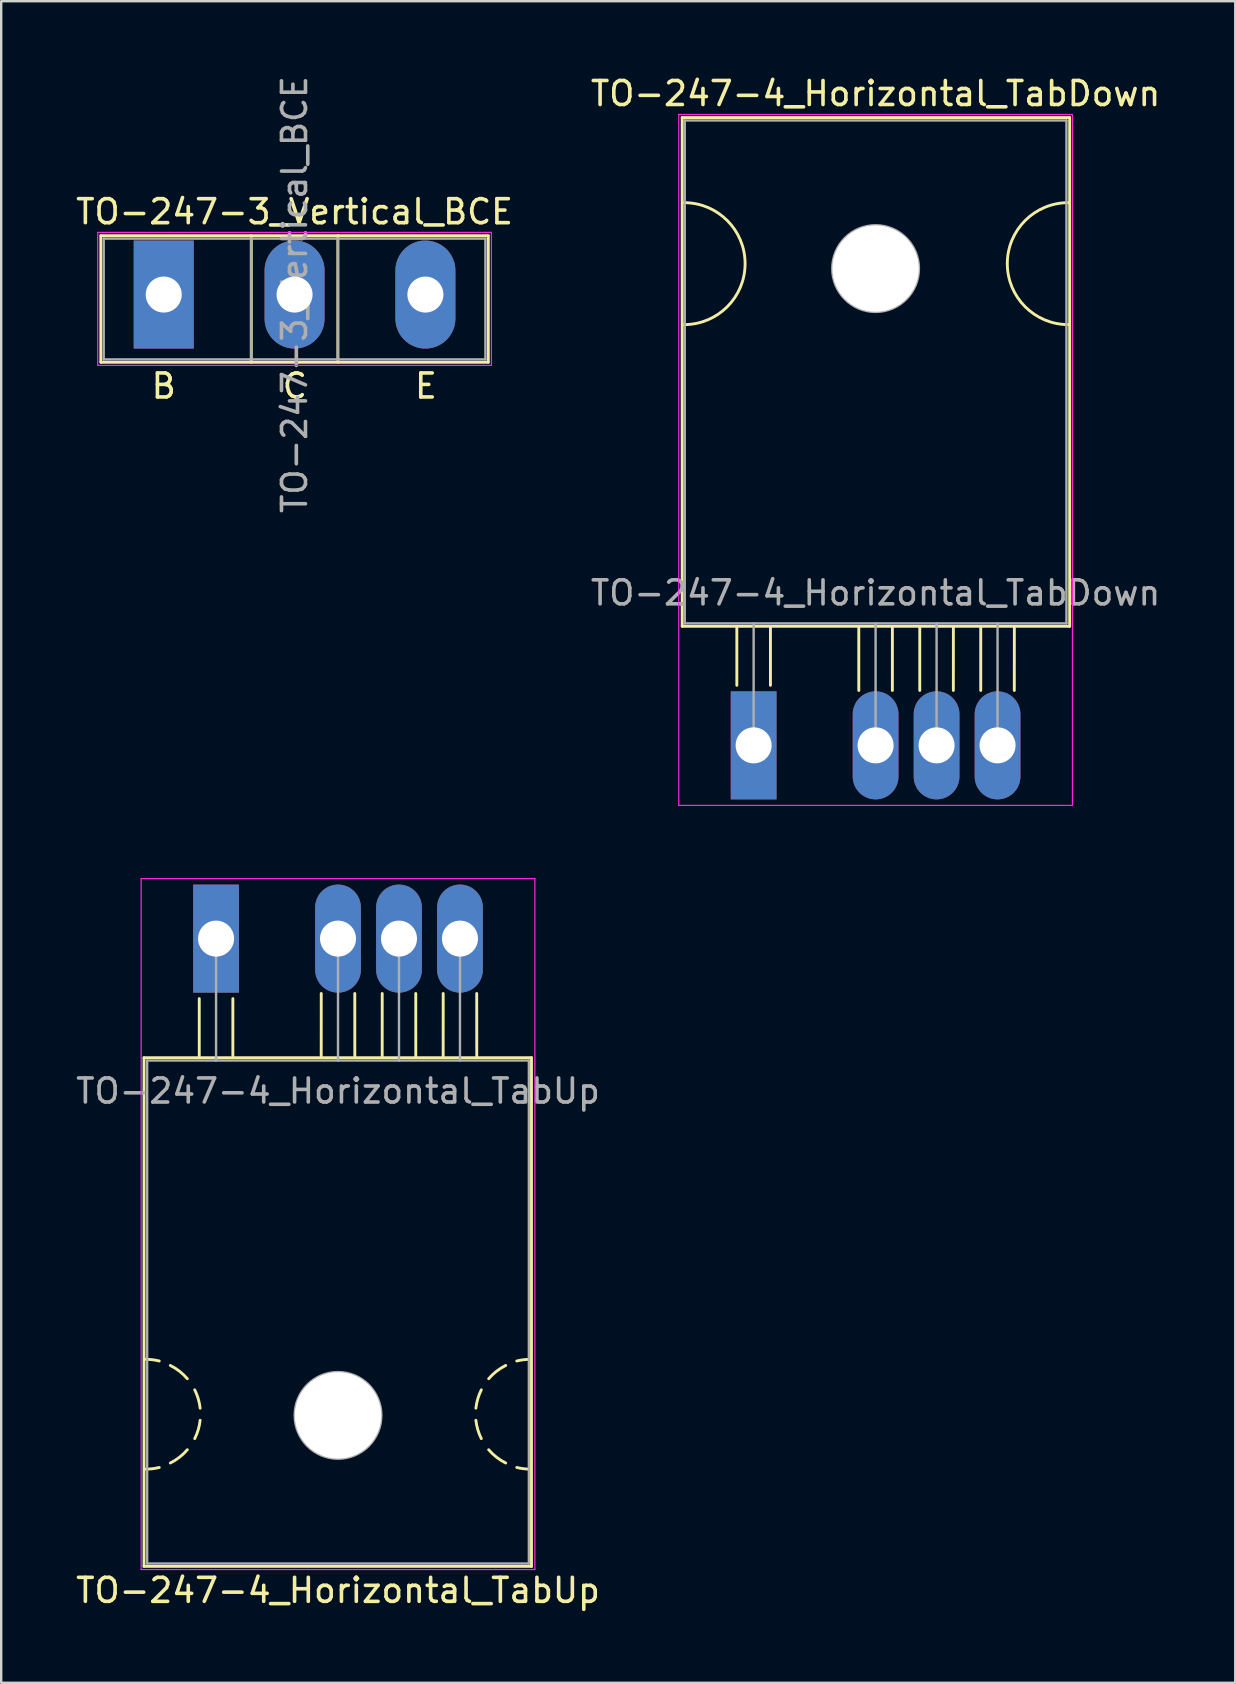
<source format=kicad_pcb>
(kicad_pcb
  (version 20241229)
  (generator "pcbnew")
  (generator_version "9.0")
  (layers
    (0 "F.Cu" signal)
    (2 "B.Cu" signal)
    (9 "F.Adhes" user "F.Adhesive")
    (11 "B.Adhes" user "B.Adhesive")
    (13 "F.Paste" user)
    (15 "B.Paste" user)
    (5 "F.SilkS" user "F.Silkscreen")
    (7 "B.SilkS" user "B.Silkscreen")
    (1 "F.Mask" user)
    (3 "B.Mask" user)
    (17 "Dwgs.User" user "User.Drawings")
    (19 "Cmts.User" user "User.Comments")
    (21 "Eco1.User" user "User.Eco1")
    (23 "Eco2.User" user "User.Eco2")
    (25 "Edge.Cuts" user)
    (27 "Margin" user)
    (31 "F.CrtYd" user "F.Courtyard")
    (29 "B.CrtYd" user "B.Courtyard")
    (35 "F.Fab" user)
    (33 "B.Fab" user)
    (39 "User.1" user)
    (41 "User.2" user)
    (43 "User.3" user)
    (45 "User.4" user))
  (footprint "TO-247-4_Horizontal_TabDown"
    (layer "F.Cu")
    (at 28.343 27.998)
    (property "Reference" "TO-247-4_Horizontal_TabDown" (at 5.08 -27.15 0) (layer "F.SilkS") (effects (font (size 1 1) (thickness 0.15))))
    (attr through_hole)
    (fp_line (start -2.976 -26.15) (end -2.976 -4.96) (stroke (width 0.12) (type solid)) (layer "F.SilkS"))
    (fp_line (start -2.976 -26.15) (end 13.164 -26.15) (stroke (width 0.12) (type solid)) (layer "F.SilkS"))
    (fp_line (start -2.976 -4.96) (end 13.164 -4.96) (stroke (width 0.12) (type solid)) (layer "F.SilkS"))
    (fp_line (start -0.7 -4.9) (end -0.7 -2.5) (stroke (width 0.12) (type solid)) (layer "F.SilkS"))
    (fp_line (start 0.7 -2.5) (end 0.7 -4.9) (stroke (width 0.12) (type solid)) (layer "F.SilkS"))
    (fp_line (start 4.38 -4.9) (end 4.38 -2.286) (stroke (width 0.12) (type solid)) (layer "F.SilkS"))
    (fp_line (start 5.779 -2.286) (end 5.78 -4.9) (stroke (width 0.12) (type solid)) (layer "F.SilkS"))
    (fp_line (start 6.92 -4.9) (end 6.92 -2.286) (stroke (width 0.12) (type solid)) (layer "F.SilkS"))
    (fp_line (start 8.319 -2.286) (end 8.32 -4.9) (stroke (width 0.12) (type solid)) (layer "F.SilkS"))
    (fp_line (start 9.46 -4.9) (end 9.46 -2.286) (stroke (width 0.12) (type solid)) (layer "F.SilkS"))
    (fp_line (start 10.858 -2.286) (end 10.86 -4.9) (stroke (width 0.12) (type solid)) (layer "F.SilkS"))
    (fp_line (start 13.164 -26.15) (end 13.164 -4.96) (stroke (width 0.12) (type solid)) (layer "F.SilkS"))
    (fp_arc (start -2.8956 -22.606) (mid -0.3556 -20.066) (end -2.8956 -17.526) (stroke (width 0.12) (type solid)) (layer "F.SilkS"))
    (fp_arc (start 13.1064 -17.526) (mid 10.5664 -20.066) (end 13.1064 -22.606) (stroke (width 0.12) (type solid)) (layer "F.SilkS"))
    (fp_line (start -3.12 -26.28) (end -3.12 2.5) (stroke (width 0.05) (type solid)) (layer "F.CrtYd"))
    (fp_line (start -3.12 2.5) (end 13.28 2.5) (stroke (width 0.05) (type solid)) (layer "F.CrtYd"))
    (fp_line (start 13.28 -26.28) (end -3.12 -26.28) (stroke (width 0.05) (type solid)) (layer "F.CrtYd"))
    (fp_line (start 13.28 2.5) (end 13.28 -26.28) (stroke (width 0.05) (type solid)) (layer "F.CrtYd"))
    (fp_line (start -2.87 -26.03) (end 13.03 -26.03) (stroke (width 0.1) (type solid)) (layer "F.Fab"))
    (fp_line (start -2.87 -5.08) (end -2.87 -26.03) (stroke (width 0.1) (type solid)) (layer "F.Fab"))
    (fp_line (start 0 -5.08) (end 0 0) (stroke (width 0.1) (type solid)) (layer "F.Fab"))
    (fp_line (start 5.08 -5.08) (end 5.08 0) (stroke (width 0.1) (type solid)) (layer "F.Fab"))
    (fp_line (start 7.62 -5.08) (end 7.62 0) (stroke (width 0.1) (type solid)) (layer "F.Fab"))
    (fp_line (start 10.16 -5.08) (end 10.16 0) (stroke (width 0.1) (type solid)) (layer "F.Fab"))
    (fp_line (start 13.03 -26.03) (end 13.03 -5.08) (stroke (width 0.1) (type solid)) (layer "F.Fab"))
    (fp_line (start 13.03 -5.08) (end -2.87 -5.08) (stroke (width 0.1) (type solid)) (layer "F.Fab"))
    (fp_circle (center 5.08 -19.86) (end 6.885 -19.86) (stroke (width 0.1) (type solid)) (fill no) (layer "F.Fab"))
    (fp_text user "${REFERENCE}" (at 5.08 -6.35 0) (layer "F.Fab") (effects (font (size 1 1) (thickness 0.15))))
    (pad "" np_thru_hole oval (at 5.08 -19.86) (size 3.6 3.6) (drill 3.6) (layers "*.Cu" "*.Mask"))
    (pad "1" thru_hole rect (at 0 0) (size 1.905 4.5) (drill 1.5) (layers "*.Cu" "*.Mask"))
    (pad "2" thru_hole oval (at 5.08 0) (size 1.905 4.5) (drill 1.5) (layers "*.Cu" "*.Mask"))
    (pad "3" thru_hole oval (at 7.62 0) (size 1.905 4.5) (drill 1.5) (layers "*.Cu" "*.Mask"))
    (pad "4" thru_hole oval (at 10.16 0) (size 1.905 4.5) (drill 1.5) (layers "*.Cu" "*.Mask")))
  (footprint "TO-247-4_Horizontal_TabUp"
    (layer "F.Cu")
    (at 5.95 36.048)
    (property "Reference" "TO-247-4_Horizontal_TabUp" (at 5.08 27.15 0) (layer "F.SilkS") (effects (font (size 1 1) (thickness 0.15))))
    (attr through_hole)
    (fp_line (start -3.001 4.96) (end -3.001 26.15) (stroke (width 0.12) (type solid)) (layer "F.SilkS"))
    (fp_line (start -3.001 4.96) (end 13.139 4.96) (stroke (width 0.12) (type solid)) (layer "F.SilkS"))
    (fp_line (start -3.001 26.15) (end 13.139 26.15) (stroke (width 0.12) (type solid)) (layer "F.SilkS"))
    (fp_line (start -0.7 4.9) (end -0.7 2.5) (stroke (width 0.12) (type solid)) (layer "F.SilkS"))
    (fp_line (start 0.7 2.5) (end 0.7 4.9) (stroke (width 0.12) (type solid)) (layer "F.SilkS"))
    (fp_line (start 4.38 4.9) (end 4.381 2.286) (stroke (width 0.12) (type solid)) (layer "F.SilkS"))
    (fp_line (start 5.779 2.286) (end 5.78 4.9) (stroke (width 0.12) (type solid)) (layer "F.SilkS"))
    (fp_line (start 6.92 4.9) (end 6.921 2.286) (stroke (width 0.12) (type solid)) (layer "F.SilkS"))
    (fp_line (start 8.319 2.286) (end 8.32 4.9) (stroke (width 0.12) (type solid)) (layer "F.SilkS"))
    (fp_line (start 9.46 4.9) (end 9.461 2.286) (stroke (width 0.12) (type solid)) (layer "F.SilkS"))
    (fp_line (start 10.858 2.286) (end 10.86 4.9) (stroke (width 0.12) (type solid)) (layer "F.SilkS"))
    (fp_line (start 13.139 4.96) (end 13.139 26.15) (stroke (width 0.12) (type solid)) (layer "F.SilkS"))
    (fp_arc (start -2.921 17.526) (mid -2.641689 17.543128) (end -2.366564 17.594254) (stroke (width 0.12) (type solid)) (layer "F.SilkS"))
    (fp_arc (start -2.366564 22.029746) (mid -2.641689 22.080872) (end -2.921 22.098) (stroke (width 0.12) (type solid)) (layer "F.SilkS"))
    (fp_arc (start -1.905001 17.780001) (mid -1.52288 18.02132) (end -1.196088 18.333504) (stroke (width 0.12) (type solid)) (layer "F.SilkS"))
    (fp_arc (start -1.196087 21.290497) (mid -1.522879 21.60268) (end -1.905 21.844) (stroke (width 0.12) (type solid)) (layer "F.SilkS"))
    (fp_arc (start -0.889001 18.796001) (mid -0.742178 19.168563) (end -0.663051 19.561117) (stroke (width 0.12) (type solid)) (layer "F.SilkS"))
    (fp_arc (start -0.663051 20.062883) (mid -0.742178 20.455437) (end -0.889001 20.827999) (stroke (width 0.12) (type solid)) (layer "F.SilkS"))
    (fp_arc (start 10.823051 19.561117) (mid 10.902178 19.168563) (end 11.049001 18.796001) (stroke (width 0.12) (type solid)) (layer "F.SilkS"))
    (fp_arc (start 11.049001 20.827999) (mid 10.902178 20.455437) (end 10.823051 20.062883) (stroke (width 0.12) (type solid)) (layer "F.SilkS"))
    (fp_arc (start 11.356087 18.333503) (mid 11.682879 18.02132) (end 12.065 17.78) (stroke (width 0.12) (type solid)) (layer "F.SilkS"))
    (fp_arc (start 12.065001 21.843999) (mid 11.68288 21.60268) (end 11.356088 21.290496) (stroke (width 0.12) (type solid)) (layer "F.SilkS"))
    (fp_arc (start 12.526564 17.594254) (mid 12.801689 17.543128) (end 13.081 17.526) (stroke (width 0.12) (type solid)) (layer "F.SilkS"))
    (fp_arc (start 13.081 22.098) (mid 12.801689 22.080872) (end 12.526564 22.029746) (stroke (width 0.12) (type solid)) (layer "F.SilkS"))
    (fp_line (start -3.12 -2.5) (end -3.12 26.28) (stroke (width 0.05) (type solid)) (layer "F.CrtYd"))
    (fp_line (start -3.12 26.28) (end 13.28 26.28) (stroke (width 0.05) (type solid)) (layer "F.CrtYd"))
    (fp_line (start 13.28 -2.5) (end -3.12 -2.5) (stroke (width 0.05) (type solid)) (layer "F.CrtYd"))
    (fp_line (start 13.28 26.28) (end 13.28 -2.5) (stroke (width 0.05) (type solid)) (layer "F.CrtYd"))
    (fp_line (start -2.87 5.08) (end -2.87 26.03) (stroke (width 0.1) (type solid)) (layer "F.Fab"))
    (fp_line (start -2.87 26.03) (end 13.03 26.03) (stroke (width 0.1) (type solid)) (layer "F.Fab"))
    (fp_line (start 0 5.08) (end 0 0) (stroke (width 0.1) (type solid)) (layer "F.Fab"))
    (fp_line (start 5.08 5.08) (end 5.08 0) (stroke (width 0.1) (type solid)) (layer "F.Fab"))
    (fp_line (start 7.62 5.08) (end 7.62 0) (stroke (width 0.1) (type solid)) (layer "F.Fab"))
    (fp_line (start 10.16 5.08) (end 10.16 0) (stroke (width 0.1) (type solid)) (layer "F.Fab"))
    (fp_line (start 13.03 5.08) (end -2.87 5.08) (stroke (width 0.1) (type solid)) (layer "F.Fab"))
    (fp_line (start 13.03 26.03) (end 13.03 5.08) (stroke (width 0.1) (type solid)) (layer "F.Fab"))
    (fp_circle (center 5.08 19.86) (end 6.885 19.86) (stroke (width 0.1) (type solid)) (fill no) (layer "F.Fab"))
    (fp_text user "${REFERENCE}" (at 5.08 6.35 0) (layer "F.Fab") (effects (font (size 1 1) (thickness 0.15))))
    (pad "" np_thru_hole oval (at 5.08 19.86) (size 3.6 3.6) (drill 3.6) (layers "*.Cu" "*.Mask"))
    (pad "1" thru_hole rect (at 0 0) (size 1.905 4.5) (drill 1.5) (layers "*.Cu" "*.Mask"))
    (pad "2" thru_hole oval (at 5.08 0) (size 1.905 4.5) (drill 1.5) (layers "*.Cu" "*.Mask"))
    (pad "3" thru_hole oval (at 7.62 0) (size 1.905 4.5) (drill 1.5) (layers "*.Cu" "*.Mask"))
    (pad "4" thru_hole oval (at 10.16 0) (size 1.905 4.5) (drill 1.5) (layers "*.Cu" "*.Mask")))
  (footprint "TO-247-3_Vertical_BCE"
    (layer "F.Cu")
    (at 3.77 9.22)
    (property "Reference" "TO-247-3_Vertical_BCE" (at 5.45 -3.45 0) (layer "F.SilkS") (effects (font (size 1 1) (thickness 0.15))))
    (fp_line (start -2.62 -2.451) (end -2.62 2.82) (stroke (width 0.12) (type solid)) (layer "F.SilkS"))
    (fp_line (start -2.62 -2.451) (end 13.52 -2.451) (stroke (width 0.12) (type solid)) (layer "F.SilkS"))
    (fp_line (start -2.62 2.82) (end 13.52 2.82) (stroke (width 0.12) (type solid)) (layer "F.SilkS"))
    (fp_line (start 3.646 -2.451) (end 3.646 2.82) (stroke (width 0.12) (type solid)) (layer "F.SilkS"))
    (fp_line (start 7.255 -2.451) (end 7.255 2.82) (stroke (width 0.12) (type solid)) (layer "F.SilkS"))
    (fp_line (start 13.52 -2.451) (end 13.52 2.82) (stroke (width 0.12) (type solid)) (layer "F.SilkS"))
    (fp_line (start -2.75 -2.59) (end -2.75 2.95) (stroke (width 0.05) (type solid)) (layer "F.CrtYd"))
    (fp_line (start -2.75 2.95) (end 13.65 2.95) (stroke (width 0.05) (type solid)) (layer "F.CrtYd"))
    (fp_line (start 13.65 -2.59) (end -2.75 -2.59) (stroke (width 0.05) (type solid)) (layer "F.CrtYd"))
    (fp_line (start 13.65 2.95) (end 13.65 -2.59) (stroke (width 0.05) (type solid)) (layer "F.CrtYd"))
    (fp_line (start -2.5 -2.33) (end -2.5 2.7) (stroke (width 0.1) (type solid)) (layer "F.Fab"))
    (fp_line (start -2.5 2.7) (end 13.4 2.7) (stroke (width 0.1) (type solid)) (layer "F.Fab"))
    (fp_line (start 3.645 -2.33) (end 3.645 2.7) (stroke (width 0.1) (type solid)) (layer "F.Fab"))
    (fp_line (start 7.255 -2.33) (end 7.255 2.7) (stroke (width 0.1) (type solid)) (layer "F.Fab"))
    (fp_line (start 13.4 -2.33) (end -2.5 -2.33) (stroke (width 0.1) (type solid)) (layer "F.Fab"))
    (fp_line (start 13.4 2.7) (end 13.4 -2.33) (stroke (width 0.1) (type solid)) (layer "F.Fab"))
    (fp_text user "C" (at 5.461 3.81 0) (unlocked yes) (layer "F.SilkS") (effects (font (size 1 1) (thickness 0.15))))
    (fp_text user "E" (at 10.922 3.81 0) (unlocked yes) (layer "F.SilkS") (effects (font (size 1 1) (thickness 0.15))))
    (fp_text user "B" (at 0 3.81 0) (unlocked yes) (layer "F.SilkS") (effects (font (size 1 1) (thickness 0.15))))
    (fp_text user "${REFERENCE}" (at 5.45 0 90) (layer "F.Fab") (effects (font (size 1 1) (thickness 0.15))))
    (pad "1" thru_hole rect (at 0 0) (size 2.5 4.5) (drill 1.5) (layers "*.Cu" "*.Mask"))
    (pad "2" thru_hole oval (at 5.45 0) (size 2.5 4.5) (drill 1.5) (layers "*.Cu" "*.Mask"))
    (pad "3" thru_hole oval (at 10.9 0) (size 2.5 4.5) (drill 1.5) (layers "*.Cu" "*.Mask")))
  (gr_rect
    (start -3 -3)
    (end 48.405 67.046)
    (stroke (width 0.1) (type default))
    (fill no)
    (layer "Edge.Cuts")))
</source>
